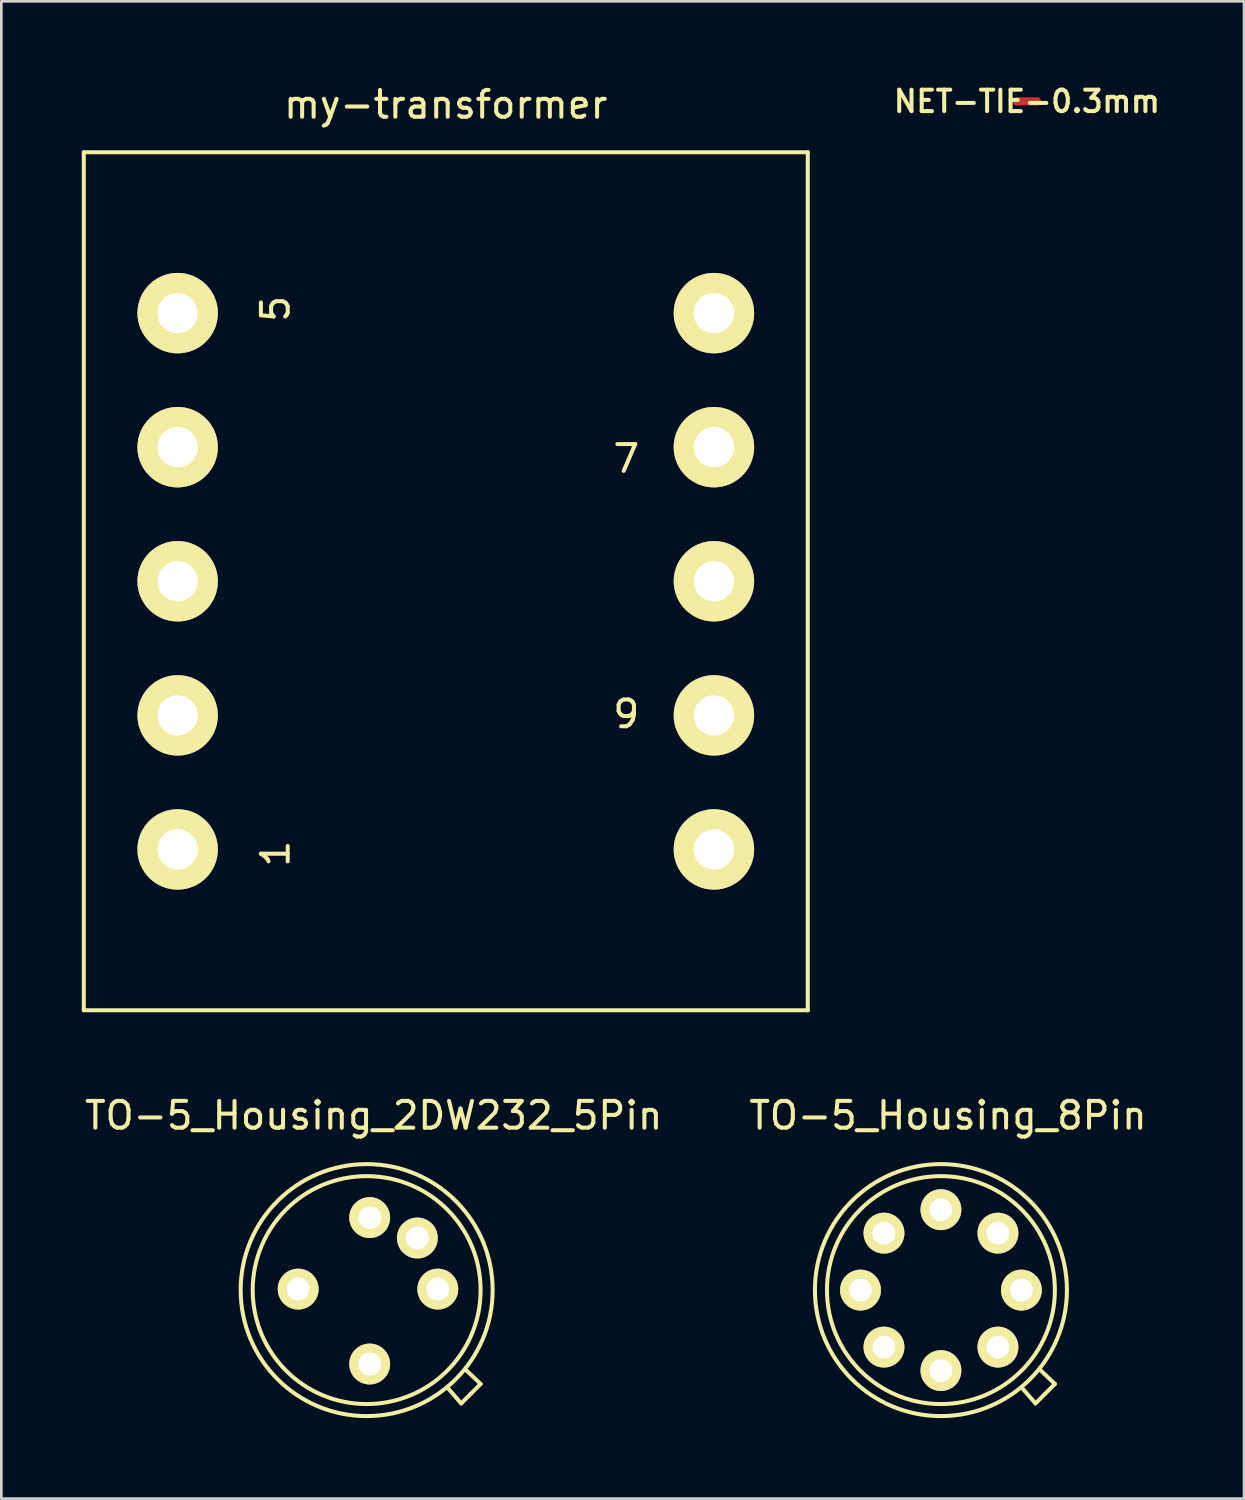
<source format=kicad_pcb>
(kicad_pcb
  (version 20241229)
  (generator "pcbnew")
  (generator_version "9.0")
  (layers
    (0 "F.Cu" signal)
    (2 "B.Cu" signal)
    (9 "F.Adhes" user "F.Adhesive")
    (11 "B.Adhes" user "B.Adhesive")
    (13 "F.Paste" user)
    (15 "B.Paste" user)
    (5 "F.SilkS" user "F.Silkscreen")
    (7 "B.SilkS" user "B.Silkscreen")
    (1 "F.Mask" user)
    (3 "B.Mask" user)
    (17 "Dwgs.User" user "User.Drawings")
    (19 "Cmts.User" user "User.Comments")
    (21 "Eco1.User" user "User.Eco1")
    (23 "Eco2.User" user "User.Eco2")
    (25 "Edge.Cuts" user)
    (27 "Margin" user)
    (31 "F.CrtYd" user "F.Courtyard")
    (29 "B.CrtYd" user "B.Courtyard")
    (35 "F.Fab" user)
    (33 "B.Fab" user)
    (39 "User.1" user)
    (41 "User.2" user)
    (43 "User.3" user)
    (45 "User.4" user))
  (footprint "my-transformer"
    (layer "F.Cu")
    (at 13.575 18.628)
    (property "Reference" "my-transformer" (at 0 -17.78 0) (layer "F.SilkS") (effects (font (size 1 1) (thickness 0.15))))
    (attr through_hole)
    (fp_line (start -13.5 -15.999) (end -13.5 15.999) (stroke (width 0.15) (type solid)) (layer "F.SilkS"))
    (fp_line (start -13.5 15.999) (end 13.5 15.999) (stroke (width 0.15) (type solid)) (layer "F.SilkS"))
    (fp_line (start 13.5 -15.999) (end -13.5 -15.999) (stroke (width 0.15) (type solid)) (layer "F.SilkS"))
    (fp_line (start 13.5 15.999) (end 13.5 -15.999) (stroke (width 0.15) (type solid)) (layer "F.SilkS"))
    (fp_text user "7" (at 6.731 -4.572 0) (layer "F.SilkS") (effects (font (size 1 1) (thickness 0.15))))
    (fp_text user "1" (at -6.35 10.16 90) (layer "F.SilkS") (effects (font (size 1 1) (thickness 0.15))))
    (fp_text user "9" (at 6.731 4.953 180) (layer "F.SilkS") (effects (font (size 1 1) (thickness 0.15))))
    (fp_text user "5" (at -6.35 -10.16 90) (layer "F.SilkS") (effects (font (size 1 1) (thickness 0.15))))
    (pad "1" thru_hole circle (at -10 10) (size 3 3) (drill 1.501) (layers "*.Cu" "*.Mask" "F.SilkS"))
    (pad "2" thru_hole circle (at -10 5.001) (size 3 3) (drill 1.501) (layers "*.Cu" "*.Mask" "F.SilkS"))
    (pad "3" thru_hole circle (at -10 0) (size 3 3) (drill 1.501) (layers "*.Cu" "*.Mask" "F.SilkS"))
    (pad "4" thru_hole circle (at -10 -5.001) (size 3 3) (drill 1.501) (layers "*.Cu" "*.Mask" "F.SilkS"))
    (pad "5" thru_hole circle (at -10 -10) (size 3 3) (drill 1.501) (layers "*.Cu" "*.Mask" "F.SilkS"))
    (pad "6" thru_hole circle (at 10 -10) (size 3 3) (drill 1.501) (layers "*.Cu" "*.Mask" "F.SilkS"))
    (pad "7" thru_hole circle (at 10 -5.001) (size 3 3) (drill 1.501) (layers "*.Cu" "*.Mask" "F.SilkS"))
    (pad "8" thru_hole circle (at 10 0) (size 3 3) (drill 1.501) (layers "*.Cu" "*.Mask" "F.SilkS"))
    (pad "9" thru_hole circle (at 10 5.001) (size 3 3) (drill 1.501) (layers "*.Cu" "*.Mask" "F.SilkS"))
    (pad "10" thru_hole circle (at 10 10) (size 3 3) (drill 1.501) (layers "*.Cu" "*.Mask" "F.SilkS")))
  (footprint "TO-5_Housing_8Pin"
    (layer "F.Cu")
    (at 32.154 45.026)
    (property "Reference" "TO-5_Housing_8Pin" (at 0.15 -6.475 0) (layer "F.SilkS") (effects (font (size 1 1) (thickness 0.15))))
    (attr through_hole)
    (fp_line (start 3.413 4.263) (end 2.913 3.688) (stroke (width 0.15) (type solid)) (layer "F.SilkS"))
    (fp_line (start 3.763 3.913) (end 3.413 4.263) (stroke (width 0.15) (type solid)) (layer "F.SilkS"))
    (fp_line (start 3.763 3.913) (end 4.138 3.538) (stroke (width 0.15) (type solid)) (layer "F.SilkS"))
    (fp_line (start 4.138 3.538) (end 3.587 3.013) (stroke (width 0.15) (type solid)) (layer "F.SilkS"))
    (fp_circle (center -0.113 0.037) (end -0.113 -4.662) (stroke (width 0.15) (type solid)) (fill no) (layer "F.SilkS"))
    (fp_circle (center -0.113 0.037) (end -0.113 -4.213) (stroke (width 0.15) (type solid)) (fill no) (layer "F.SilkS"))
    (pad "1" thru_hole circle (at 2.888 0.037 90) (size 1.524 1.524) (drill 0.85) (layers "*.Cu" "*.Mask" "F.SilkS"))
    (pad "2" thru_hole circle (at 2.013 -2.087 90) (size 1.524 1.524) (drill 0.85) (layers "*.Cu" "*.Mask" "F.SilkS"))
    (pad "3" thru_hole circle (at -0.113 -2.962 90) (size 1.524 1.524) (drill 0.85) (layers "*.Cu" "*.Mask" "F.SilkS"))
    (pad "4" thru_hole circle (at -2.237 -2.087 90) (size 1.524 1.524) (drill 0.85) (layers "*.Cu" "*.Mask" "F.SilkS"))
    (pad "5" thru_hole circle (at -3.112 0.037 90) (size 1.524 1.524) (drill 0.85) (layers "*.Cu" "*.Mask" "F.SilkS"))
    (pad "6" thru_hole circle (at -2.237 2.163 90) (size 1.524 1.524) (drill 0.85) (layers "*.Cu" "*.Mask" "F.SilkS"))
    (pad "7" thru_hole circle (at -0.113 3.038 90) (size 1.524 1.524) (drill 0.85) (layers "*.Cu" "*.Mask" "F.SilkS"))
    (pad "8" thru_hole circle (at 2.013 2.163 90) (size 1.524 1.524) (drill 0.85) (layers "*.Cu" "*.Mask" "F.SilkS")))
  (footprint "NET-TIE-0.3mm"
    (layer "F.Cu")
    (at 35.248 0.731)
    (property "Reference" "NET-TIE-0.3mm" (at 0 0 0) (layer "F.SilkS") (effects (font (size 0.8 0.8) (thickness 0.15))))
    (attr through_hole)
    (fp_line (start -0.35 0) (end 0.35 0) (stroke (width 0.3) (type solid)) (layer "F.Cu"))
    (pad "1" smd circle (at -0.381 0) (size 0.3 0.3) (layers "F.Cu"))
    (pad "2" smd circle (at 0.381 0) (size 0.3 0.3) (layers "F.Cu")))
  (footprint "TO-5_Housing_2DW232_5Pin"
    (layer "F.Cu")
    (at 10.737 45.026)
    (property "Reference" "TO-5_Housing_2DW232_5Pin" (at 0.15 -6.475 0) (layer "F.SilkS") (effects (font (size 1 1) (thickness 0.15))))
    (attr through_hole)
    (fp_line (start 3.413 4.263) (end 2.913 3.688) (stroke (width 0.15) (type solid)) (layer "F.SilkS"))
    (fp_line (start 3.763 3.913) (end 3.413 4.263) (stroke (width 0.15) (type solid)) (layer "F.SilkS"))
    (fp_line (start 3.763 3.913) (end 4.138 3.538) (stroke (width 0.15) (type solid)) (layer "F.SilkS"))
    (fp_line (start 4.138 3.538) (end 3.587 3.013) (stroke (width 0.15) (type solid)) (layer "F.SilkS"))
    (fp_circle (center -0.113 0.037) (end -0.113 -4.662) (stroke (width 0.15) (type solid)) (fill no) (layer "F.SilkS"))
    (fp_circle (center -0.113 0.037) (end -0.113 -4.213) (stroke (width 0.15) (type solid)) (fill no) (layer "F.SilkS"))
    (pad "1" thru_hole circle (at 2.54 0 90) (size 1.524 1.524) (drill 0.85) (layers "*.Cu" "*.Mask" "F.SilkS"))
    (pad "2" thru_hole circle (at 0 -2.667 90) (size 1.524 1.524) (drill 0.85) (layers "*.Cu" "*.Mask" "F.SilkS"))
    (pad "3" thru_hole circle (at -2.667 0 90) (size 1.524 1.524) (drill 0.85) (layers "*.Cu" "*.Mask" "F.SilkS"))
    (pad "4" thru_hole circle (at 1.778 -1.905 90) (size 1.524 1.524) (drill 0.85) (layers "*.Cu" "*.Mask" "F.SilkS"))
    (pad "5" thru_hole circle (at 0 2.794 90) (size 1.524 1.524) (drill 0.85) (layers "*.Cu" "*.Mask" "F.SilkS")))
  (gr_rect
    (start -3 -3)
    (end 43.345 52.838)
    (stroke (width 0.1) (type default))
    (fill no)
    (layer "Edge.Cuts")))
</source>
